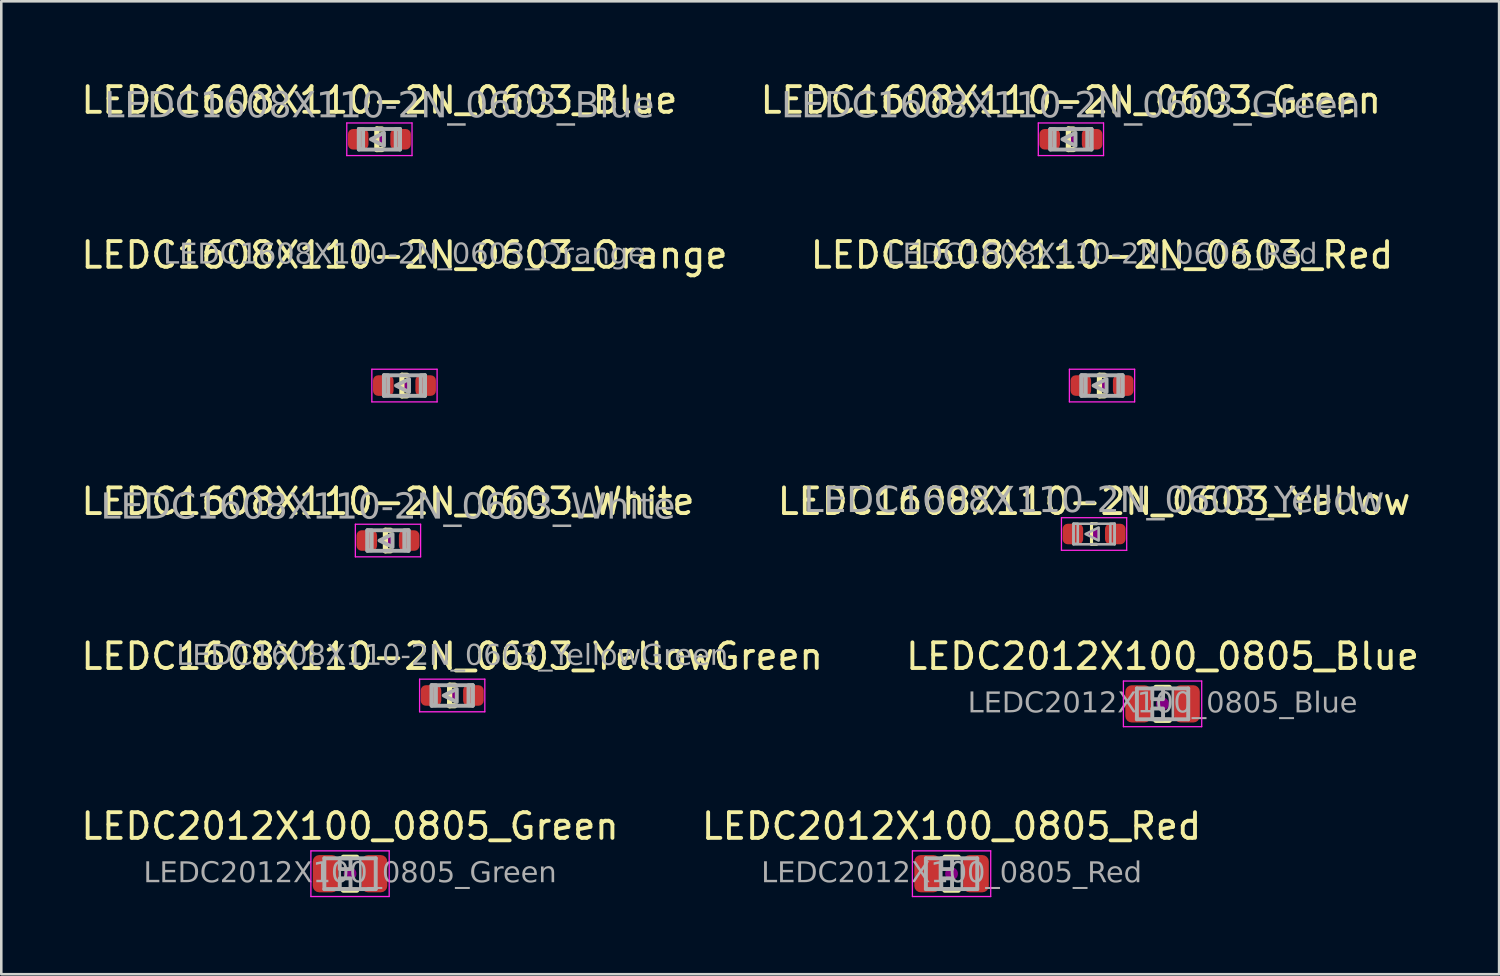
<source format=kicad_pcb>
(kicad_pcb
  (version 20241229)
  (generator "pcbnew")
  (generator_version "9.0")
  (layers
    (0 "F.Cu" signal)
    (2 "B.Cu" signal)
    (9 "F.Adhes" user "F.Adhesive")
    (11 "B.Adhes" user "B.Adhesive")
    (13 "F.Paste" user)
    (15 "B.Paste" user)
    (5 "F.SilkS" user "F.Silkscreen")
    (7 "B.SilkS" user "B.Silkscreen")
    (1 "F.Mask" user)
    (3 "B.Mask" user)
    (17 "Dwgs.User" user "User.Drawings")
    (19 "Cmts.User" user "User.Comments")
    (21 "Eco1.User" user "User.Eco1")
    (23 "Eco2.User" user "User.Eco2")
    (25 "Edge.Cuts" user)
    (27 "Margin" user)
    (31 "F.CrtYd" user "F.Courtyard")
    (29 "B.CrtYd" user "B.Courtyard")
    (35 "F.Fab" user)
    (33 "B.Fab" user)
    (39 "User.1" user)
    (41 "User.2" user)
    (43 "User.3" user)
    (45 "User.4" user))
  (footprint "LEDC1608X110-2N_0603_YellowGreen"
    (layer "F.Cu")
    (at 14.554 24.025)
    (property "Reference" "LEDC1608X110-2N_0603_YellowGreen" (at 0 -1.524 0) (layer "F.SilkS") (effects (font (size 1 1) (thickness 0.15))))
    (attr smd)
    (fp_line (start -0.1 -0.4) (end -0.1 0.4) (stroke (width 0.203) (type solid)) (layer "F.SilkS"))
    (fp_line (start -0.1 -0.4) (end 0.1 -0.4) (stroke (width 0.203) (type solid)) (layer "F.SilkS"))
    (fp_line (start -0.1 0.4) (end 0.1 0.4) (stroke (width 0.203) (type solid)) (layer "F.SilkS"))
    (fp_circle (center 0 0) (end 0.2 0) (stroke (width 0) (type solid)) (fill yes) (layer "F.Adhes"))
    (fp_line (start -1.27 -0.635) (end 1.27 -0.635) (stroke (width 0.05) (type solid)) (layer "F.CrtYd"))
    (fp_line (start -1.27 0.635) (end -1.27 -0.635) (stroke (width 0.05) (type solid)) (layer "F.CrtYd"))
    (fp_line (start 1.27 -0.635) (end 1.27 0.635) (stroke (width 0.05) (type solid)) (layer "F.CrtYd"))
    (fp_line (start 1.27 0.635) (end -1.27 0.635) (stroke (width 0.05) (type solid)) (layer "F.CrtYd"))
    (fp_line (start -0.8 -0.4) (end 0.8 -0.4) (stroke (width 0.152) (type solid)) (layer "F.Fab"))
    (fp_line (start -0.8 0.4) (end -0.8 -0.4) (stroke (width 0.152) (type solid)) (layer "F.Fab"))
    (fp_line (start 0.8 -0.4) (end 0.8 0.4) (stroke (width 0.152) (type solid)) (layer "F.Fab"))
    (fp_line (start 0.8 0.4) (end -0.8 0.4) (stroke (width 0.152) (type solid)) (layer "F.Fab"))
    (fp_rect (start -0.8 -0.4) (end -0.635 0.381) (stroke (width 0.152) (type solid)) (fill no) (layer "F.Fab"))
    (fp_rect (start 0.635 -0.4) (end 0.8 0.381) (stroke (width 0.152) (type solid)) (fill no) (layer "F.Fab"))
    (fp_poly (pts (xy 0.178 -0.254) (xy 0.178 0.254) (xy -0.33 0)) (stroke (width 0.152) (type solid)) (fill no) (layer "F.Fab"))
    (fp_text user "${REFERENCE}" (at 0 -1.524 0) (layer "F.Fab") (effects (font (face "Tahoma") (size 0.8 0.8) (thickness 0.12))))
    (pad "A" smd roundrect (at 0.825 0) (size 0.8 0.8) (layers "F.Cu" "F.Mask" "F.Paste") (roundrect_rratio 0.25))
    (pad "C" smd roundrect (at -0.825 0) (size 0.8 0.8) (layers "F.Cu" "F.Mask" "F.Paste") (roundrect_rratio 0.25)))
  (footprint "LEDC1608X110-2N_0603_Red"
    (layer "F.Cu")
    (at 39.851 11.96)
    (property "Reference" "LEDC1608X110-2N_0603_Red" (at 0 -5.08 0) (layer "F.SilkS") (effects (font (size 1 1) (thickness 0.15))))
    (attr smd)
    (fp_line (start -0.1 -0.4) (end -0.1 0.4) (stroke (width 0.203) (type solid)) (layer "F.SilkS"))
    (fp_line (start -0.1 -0.4) (end 0.1 -0.4) (stroke (width 0.203) (type solid)) (layer "F.SilkS"))
    (fp_line (start -0.1 0.4) (end 0.1 0.4) (stroke (width 0.203) (type solid)) (layer "F.SilkS"))
    (fp_circle (center 0 0) (end 0.2 0) (stroke (width 0) (type solid)) (fill yes) (layer "F.Adhes"))
    (fp_line (start -1.27 -0.635) (end 1.27 -0.635) (stroke (width 0.05) (type solid)) (layer "F.CrtYd"))
    (fp_line (start -1.27 0.635) (end -1.27 -0.635) (stroke (width 0.05) (type solid)) (layer "F.CrtYd"))
    (fp_line (start 1.27 -0.635) (end 1.27 0.635) (stroke (width 0.05) (type solid)) (layer "F.CrtYd"))
    (fp_line (start 1.27 0.635) (end -1.27 0.635) (stroke (width 0.05) (type solid)) (layer "F.CrtYd"))
    (fp_line (start -0.8 -0.4) (end 0.8 -0.4) (stroke (width 0.152) (type solid)) (layer "F.Fab"))
    (fp_line (start -0.8 0.4) (end -0.8 -0.4) (stroke (width 0.152) (type solid)) (layer "F.Fab"))
    (fp_line (start 0.8 -0.4) (end 0.8 0.4) (stroke (width 0.152) (type solid)) (layer "F.Fab"))
    (fp_line (start 0.8 0.4) (end -0.8 0.4) (stroke (width 0.152) (type solid)) (layer "F.Fab"))
    (fp_rect (start -0.8 -0.4) (end -0.635 0.381) (stroke (width 0.152) (type solid)) (fill no) (layer "F.Fab"))
    (fp_rect (start 0.635 -0.4) (end 0.8 0.381) (stroke (width 0.152) (type solid)) (fill no) (layer "F.Fab"))
    (fp_poly (pts (xy 0.178 -0.254) (xy 0.178 0.254) (xy -0.33 0)) (stroke (width 0.152) (type solid)) (fill no) (layer "F.Fab"))
    (fp_text user "${REFERENCE}" (at 0 -5.08 0) (layer "F.Fab") (effects (font (face "Tahoma") (size 0.8 0.8) (thickness 0.12))))
    (pad "A" smd roundrect (at 0.825 0) (size 0.8 0.8) (layers "F.Cu" "F.Mask" "F.Paste") (roundrect_rratio 0.25))
    (pad "C" smd roundrect (at -0.825 0) (size 0.8 0.8) (layers "F.Cu" "F.Mask" "F.Paste") (roundrect_rratio 0.25)))
  (footprint "LEDC2012X100_0805_Green"
    (layer "F.Cu")
    (at 10.577 30.963)
    (property "Reference" "LEDC2012X100_0805_Green" (at 0 -1.85 0) (layer "F.SilkS") (effects (font (size 1 1) (thickness 0.15))))
    (attr smd)
    (fp_line (start -0.261 -0.64) (end 0.261 -0.64) (stroke (width 0.203) (type solid)) (layer "F.SilkS"))
    (fp_line (start -0.261 0.64) (end 0.261 0.64) (stroke (width 0.203) (type solid)) (layer "F.SilkS"))
    (fp_circle (center 0 0) (end 0.25 0) (stroke (width 0) (type solid)) (fill yes) (layer "F.Adhes"))
    (fp_line (start -1.524 -0.889) (end 1.524 -0.889) (stroke (width 0.05) (type solid)) (layer "F.CrtYd"))
    (fp_line (start -1.524 0.889) (end -1.524 -0.889) (stroke (width 0.05) (type solid)) (layer "F.CrtYd"))
    (fp_line (start 1.524 -0.889) (end 1.524 0.889) (stroke (width 0.05) (type solid)) (layer "F.CrtYd"))
    (fp_line (start 1.524 0.889) (end -1.524 0.889) (stroke (width 0.05) (type solid)) (layer "F.CrtYd"))
    (fp_line (start -1 -0.6) (end 1 -0.6) (stroke (width 0.152) (type solid)) (layer "F.Fab"))
    (fp_line (start -1 0.6) (end -1 -0.6) (stroke (width 0.152) (type solid)) (layer "F.Fab"))
    (fp_line (start 1 -0.6) (end 1 0.6) (stroke (width 0.152) (type solid)) (layer "F.Fab"))
    (fp_line (start 1 0.6) (end -1 0.6) (stroke (width 0.152) (type solid)) (layer "F.Fab"))
    (fp_rect (start -1 -0.6) (end -0.4 0.6) (stroke (width 0.1) (type solid)) (fill no) (layer "F.Fab"))
    (fp_rect (start -0.4 -0.6) (end 0.019 -0.181) (stroke (width 0.152) (type solid)) (fill no) (layer "F.Fab"))
    (fp_rect (start -0.4 0.181) (end 0.019 0.6) (stroke (width 0.152) (type solid)) (fill no) (layer "F.Fab"))
    (fp_rect (start 0.4 -0.6) (end 1 0.6) (stroke (width 0.1) (type solid)) (fill no) (layer "F.Fab"))
    (fp_text user "${REFERENCE}" (at 0 0 0) (layer "F.Fab") (effects (font (face "Tahoma") (size 0.8 0.8) (thickness 0.12))))
    (pad "A" smd roundrect (at 0.95 0) (size 1 1.45) (layers "F.Cu" "F.Mask" "F.Paste") (roundrect_rratio 0.25))
    (pad "C" smd roundrect (at -0.95 0) (size 1 1.45) (layers "F.Cu" "F.Mask" "F.Paste") (roundrect_rratio 0.25)))
  (footprint "LEDC1608X110-2N_0603_Green"
    (layer "F.Cu")
    (at 38.637 2.372)
    (property "Reference" "LEDC1608X110-2N_0603_Green" (at 0 -1.524 0) (layer "F.SilkS") (effects (font (size 1 1) (thickness 0.15))))
    (attr smd)
    (fp_line (start -0.096 -0.4) (end -0.096 0.4) (stroke (width 0.203) (type solid)) (layer "F.SilkS"))
    (fp_line (start -0.096 -0.4) (end 0.104 -0.4) (stroke (width 0.203) (type solid)) (layer "F.SilkS"))
    (fp_line (start -0.096 0.4) (end 0.104 0.4) (stroke (width 0.203) (type solid)) (layer "F.SilkS"))
    (fp_circle (center 0.004 0) (end 0.204 0) (stroke (width 0) (type solid)) (fill yes) (layer "F.Adhes"))
    (fp_line (start -1.266 -0.635) (end 1.274 -0.635) (stroke (width 0.05) (type solid)) (layer "F.CrtYd"))
    (fp_line (start -1.266 0.635) (end -1.266 -0.635) (stroke (width 0.05) (type solid)) (layer "F.CrtYd"))
    (fp_line (start 1.274 -0.635) (end 1.274 0.635) (stroke (width 0.05) (type solid)) (layer "F.CrtYd"))
    (fp_line (start 1.274 0.635) (end -1.266 0.635) (stroke (width 0.05) (type solid)) (layer "F.CrtYd"))
    (fp_line (start -0.796 -0.4) (end 0.804 -0.4) (stroke (width 0.152) (type solid)) (layer "F.Fab"))
    (fp_line (start -0.796 0.4) (end -0.796 -0.4) (stroke (width 0.152) (type solid)) (layer "F.Fab"))
    (fp_line (start 0.804 -0.4) (end 0.804 0.4) (stroke (width 0.152) (type solid)) (layer "F.Fab"))
    (fp_line (start 0.804 0.4) (end -0.796 0.4) (stroke (width 0.152) (type solid)) (layer "F.Fab"))
    (fp_rect (start -0.796 -0.4) (end -0.631 0.381) (stroke (width 0.152) (type solid)) (fill no) (layer "F.Fab"))
    (fp_rect (start 0.639 -0.4) (end 0.804 0.381) (stroke (width 0.152) (type solid)) (fill no) (layer "F.Fab"))
    (fp_poly (pts (xy 0.182 -0.254) (xy 0.182 0.254) (xy -0.326 0)) (stroke (width 0.152) (type solid)) (fill no) (layer "F.Fab"))
    (fp_text user "${REFERENCE}" (at 0 -1.27 0) (layer "F.Fab") (effects (font (face "Tahoma") (size 1 1) (thickness 0.15))))
    (pad "A" smd roundrect (at 0.829 0) (size 0.8 0.8) (layers "F.Cu" "F.Mask" "F.Paste") (roundrect_rratio 0.25))
    (pad "C" smd roundrect (at -0.821 0) (size 0.8 0.8) (layers "F.Cu" "F.Mask" "F.Paste") (roundrect_rratio 0.25)))
  (footprint "LEDC1608X110-2N_0603_Blue"
    (layer "F.Cu")
    (at 11.72 2.372)
    (property "Reference" "LEDC1608X110-2N_0603_Blue" (at 0 -1.524 0) (layer "F.SilkS") (effects (font (size 1 1) (thickness 0.15))))
    (attr smd)
    (fp_line (start -0.1 -0.4) (end -0.1 0.4) (stroke (width 0.203) (type solid)) (layer "F.SilkS"))
    (fp_line (start -0.1 -0.4) (end 0.1 -0.4) (stroke (width 0.203) (type solid)) (layer "F.SilkS"))
    (fp_line (start -0.1 0.4) (end 0.1 0.4) (stroke (width 0.203) (type solid)) (layer "F.SilkS"))
    (fp_circle (center 0 0) (end 0.2 0) (stroke (width 0) (type solid)) (fill yes) (layer "F.Adhes"))
    (fp_line (start -1.27 -0.635) (end 1.27 -0.635) (stroke (width 0.05) (type solid)) (layer "F.CrtYd"))
    (fp_line (start -1.27 0.635) (end -1.27 -0.635) (stroke (width 0.05) (type solid)) (layer "F.CrtYd"))
    (fp_line (start 1.27 -0.635) (end 1.27 0.635) (stroke (width 0.05) (type solid)) (layer "F.CrtYd"))
    (fp_line (start 1.27 0.635) (end -1.27 0.635) (stroke (width 0.05) (type solid)) (layer "F.CrtYd"))
    (fp_line (start -0.8 -0.4) (end 0.8 -0.4) (stroke (width 0.152) (type solid)) (layer "F.Fab"))
    (fp_line (start -0.8 0.4) (end -0.8 -0.4) (stroke (width 0.152) (type solid)) (layer "F.Fab"))
    (fp_line (start 0.8 -0.4) (end 0.8 0.4) (stroke (width 0.152) (type solid)) (layer "F.Fab"))
    (fp_line (start 0.8 0.4) (end -0.8 0.4) (stroke (width 0.152) (type solid)) (layer "F.Fab"))
    (fp_rect (start -0.8 -0.4) (end -0.635 0.381) (stroke (width 0.152) (type solid)) (fill no) (layer "F.Fab"))
    (fp_rect (start 0.635 -0.4) (end 0.8 0.381) (stroke (width 0.152) (type solid)) (fill no) (layer "F.Fab"))
    (fp_poly (pts (xy 0.178 -0.254) (xy 0.178 0.254) (xy -0.33 0)) (stroke (width 0.152) (type solid)) (fill no) (layer "F.Fab"))
    (fp_text user "${REFERENCE}" (at 0 -1.27 0) (layer "F.Fab") (effects (font (face "Tahoma") (size 1 1) (thickness 0.15))))
    (pad "A" smd roundrect (at 0.825 0) (size 0.8 0.8) (layers "F.Cu" "F.Mask" "F.Paste") (roundrect_rratio 0.25))
    (pad "C" smd roundrect (at -0.825 0) (size 0.8 0.8) (layers "F.Cu" "F.Mask" "F.Paste") (roundrect_rratio 0.25)))
  (footprint "LEDC1608X110-2N_0603_Yellow"
    (layer "F.Cu")
    (at 39.542 17.739)
    (property "Reference" "LEDC1608X110-2N_0603_Yellow" (at 0 -1.27 0) (layer "F.SilkS") (effects (font (size 1 1) (thickness 0.15))))
    (attr smd)
    (fp_line (start -0.1 -0.4) (end -0.1 0.4) (stroke (width 0.12) (type solid)) (layer "F.SilkS"))
    (fp_line (start -0.1 -0.4) (end 0.1 -0.4) (stroke (width 0.12) (type solid)) (layer "F.SilkS"))
    (fp_line (start -0.1 0.4) (end 0.1 0.4) (stroke (width 0.12) (type solid)) (layer "F.SilkS"))
    (fp_circle (center 0 0) (end 0.2 0) (stroke (width 0) (type solid)) (fill yes) (layer "F.Adhes"))
    (fp_line (start -1.27 -0.635) (end 1.27 -0.635) (stroke (width 0.05) (type solid)) (layer "F.CrtYd"))
    (fp_line (start -1.27 0.635) (end -1.27 -0.635) (stroke (width 0.05) (type solid)) (layer "F.CrtYd"))
    (fp_line (start 1.27 -0.635) (end 1.27 0.635) (stroke (width 0.05) (type solid)) (layer "F.CrtYd"))
    (fp_line (start 1.27 0.635) (end -1.27 0.635) (stroke (width 0.05) (type solid)) (layer "F.CrtYd"))
    (fp_line (start -0.8 -0.4) (end 0.8 -0.4) (stroke (width 0.1) (type solid)) (layer "F.Fab"))
    (fp_line (start -0.8 0.4) (end -0.8 -0.4) (stroke (width 0.1) (type solid)) (layer "F.Fab"))
    (fp_line (start 0.8 -0.4) (end 0.8 0.4) (stroke (width 0.1) (type solid)) (layer "F.Fab"))
    (fp_line (start 0.8 0.4) (end -0.8 0.4) (stroke (width 0.1) (type solid)) (layer "F.Fab"))
    (fp_rect (start -0.8 -0.4) (end -0.635 0.381) (stroke (width 0.1) (type solid)) (fill no) (layer "F.Fab"))
    (fp_rect (start 0.635 -0.4) (end 0.8 0.381) (stroke (width 0.1) (type solid)) (fill no) (layer "F.Fab"))
    (fp_poly (pts (xy 0.178 -0.254) (xy 0.178 0.254) (xy -0.33 0)) (stroke (width 0.1) (type solid)) (fill no) (layer "F.Fab"))
    (fp_text user "${REFERENCE}" (at 0 -1.27 0) (layer "F.Fab") (effects (font (face "Tahoma") (size 1 1) (thickness 0.15))))
    (pad "A" smd roundrect (at 0.825 0) (size 0.8 0.8) (layers "F.Cu" "F.Mask" "F.Paste") (roundrect_rratio 0.25))
    (pad "C" smd roundrect (at -0.825 0) (size 0.8 0.8) (layers "F.Cu" "F.Mask" "F.Paste") (roundrect_rratio 0.25)))
  (footprint "LEDC2012X100_0805_Blue"
    (layer "F.Cu")
    (at 42.208 24.351)
    (property "Reference" "LEDC2012X100_0805_Blue" (at 0 -1.85 0) (layer "F.SilkS") (effects (font (size 1 1) (thickness 0.15))))
    (attr smd)
    (fp_line (start -0.261 -0.64) (end 0.261 -0.64) (stroke (width 0.203) (type solid)) (layer "F.SilkS"))
    (fp_line (start -0.261 0.64) (end 0.261 0.64) (stroke (width 0.203) (type solid)) (layer "F.SilkS"))
    (fp_circle (center 0 0) (end 0.25 0) (stroke (width 0) (type solid)) (fill yes) (layer "F.Adhes"))
    (fp_line (start -1.524 -0.889) (end 1.524 -0.889) (stroke (width 0.05) (type solid)) (layer "F.CrtYd"))
    (fp_line (start -1.524 0.889) (end -1.524 -0.889) (stroke (width 0.05) (type solid)) (layer "F.CrtYd"))
    (fp_line (start 1.524 -0.889) (end 1.524 0.889) (stroke (width 0.05) (type solid)) (layer "F.CrtYd"))
    (fp_line (start 1.524 0.889) (end -1.524 0.889) (stroke (width 0.05) (type solid)) (layer "F.CrtYd"))
    (fp_line (start -1 -0.6) (end 1 -0.6) (stroke (width 0.152) (type solid)) (layer "F.Fab"))
    (fp_line (start -1 0.6) (end -1 -0.6) (stroke (width 0.152) (type solid)) (layer "F.Fab"))
    (fp_line (start 1 -0.6) (end 1 0.6) (stroke (width 0.152) (type solid)) (layer "F.Fab"))
    (fp_line (start 1 0.6) (end -1 0.6) (stroke (width 0.152) (type solid)) (layer "F.Fab"))
    (fp_rect (start -1 -0.6) (end -0.4 0.6) (stroke (width 0.1) (type solid)) (fill no) (layer "F.Fab"))
    (fp_rect (start -0.4 -0.6) (end 0.019 -0.181) (stroke (width 0.152) (type solid)) (fill no) (layer "F.Fab"))
    (fp_rect (start -0.4 0.181) (end 0.019 0.6) (stroke (width 0.152) (type solid)) (fill no) (layer "F.Fab"))
    (fp_rect (start 0.4 -0.6) (end 1 0.6) (stroke (width 0.1) (type solid)) (fill no) (layer "F.Fab"))
    (fp_text user "${REFERENCE}" (at 0 0 0) (layer "F.Fab") (effects (font (face "Tahoma") (size 0.8 0.8) (thickness 0.12))))
    (pad "A" smd roundrect (at 0.95 0) (size 1 1.45) (layers "F.Cu" "F.Mask" "F.Paste") (roundrect_rratio 0.25))
    (pad "C" smd roundrect (at -0.95 0) (size 1 1.45) (layers "F.Cu" "F.Mask" "F.Paste") (roundrect_rratio 0.25)))
  (footprint "LEDC1608X110-2N_0603_Orange"
    (layer "F.Cu")
    (at 12.696 11.96)
    (property "Reference" "LEDC1608X110-2N_0603_Orange" (at 0 -5.08 0) (layer "F.SilkS") (effects (font (size 1 1) (thickness 0.15))))
    (attr smd)
    (fp_line (start -0.1 -0.4) (end -0.1 0.4) (stroke (width 0.203) (type solid)) (layer "F.SilkS"))
    (fp_line (start -0.1 -0.4) (end 0.1 -0.4) (stroke (width 0.203) (type solid)) (layer "F.SilkS"))
    (fp_line (start -0.1 0.4) (end 0.1 0.4) (stroke (width 0.203) (type solid)) (layer "F.SilkS"))
    (fp_circle (center 0 0) (end 0.2 0) (stroke (width 0) (type solid)) (fill yes) (layer "F.Adhes"))
    (fp_line (start -1.27 -0.635) (end 1.27 -0.635) (stroke (width 0.05) (type solid)) (layer "F.CrtYd"))
    (fp_line (start -1.27 0.635) (end -1.27 -0.635) (stroke (width 0.05) (type solid)) (layer "F.CrtYd"))
    (fp_line (start 1.27 -0.635) (end 1.27 0.635) (stroke (width 0.05) (type solid)) (layer "F.CrtYd"))
    (fp_line (start 1.27 0.635) (end -1.27 0.635) (stroke (width 0.05) (type solid)) (layer "F.CrtYd"))
    (fp_line (start -0.8 -0.4) (end 0.8 -0.4) (stroke (width 0.152) (type solid)) (layer "F.Fab"))
    (fp_line (start -0.8 0.4) (end -0.8 -0.4) (stroke (width 0.152) (type solid)) (layer "F.Fab"))
    (fp_line (start 0.8 -0.4) (end 0.8 0.4) (stroke (width 0.152) (type solid)) (layer "F.Fab"))
    (fp_line (start 0.8 0.4) (end -0.8 0.4) (stroke (width 0.152) (type solid)) (layer "F.Fab"))
    (fp_rect (start -0.8 -0.4) (end -0.635 0.381) (stroke (width 0.152) (type solid)) (fill no) (layer "F.Fab"))
    (fp_rect (start 0.635 -0.4) (end 0.8 0.381) (stroke (width 0.152) (type solid)) (fill no) (layer "F.Fab"))
    (fp_poly (pts (xy 0.178 -0.254) (xy 0.178 0.254) (xy -0.33 0)) (stroke (width 0.152) (type solid)) (fill no) (layer "F.Fab"))
    (fp_text user "${REFERENCE}" (at 0 -5.08 0) (layer "F.Fab") (effects (font (face "Tahoma") (size 0.8 0.8) (thickness 0.12))))
    (pad "A" smd roundrect (at 0.825 0) (size 0.8 0.8) (layers "F.Cu" "F.Mask" "F.Paste") (roundrect_rratio 0.25))
    (pad "C" smd roundrect (at -0.825 0) (size 0.8 0.8) (layers "F.Cu" "F.Mask" "F.Paste") (roundrect_rratio 0.25)))
  (footprint "LEDC2012X100_0805_Red"
    (layer "F.Cu")
    (at 33.994 30.963)
    (property "Reference" "LEDC2012X100_0805_Red" (at 0 -1.85 0) (layer "F.SilkS") (effects (font (size 1 1) (thickness 0.15))))
    (attr smd)
    (fp_line (start -0.261 -0.64) (end 0.261 -0.64) (stroke (width 0.203) (type solid)) (layer "F.SilkS"))
    (fp_line (start -0.261 0.64) (end 0.261 0.64) (stroke (width 0.203) (type solid)) (layer "F.SilkS"))
    (fp_circle (center 0 0) (end 0.25 0) (stroke (width 0) (type solid)) (fill yes) (layer "F.Adhes"))
    (fp_line (start -1.524 -0.889) (end 1.524 -0.889) (stroke (width 0.05) (type solid)) (layer "F.CrtYd"))
    (fp_line (start -1.524 0.889) (end -1.524 -0.889) (stroke (width 0.05) (type solid)) (layer "F.CrtYd"))
    (fp_line (start 1.524 -0.889) (end 1.524 0.889) (stroke (width 0.05) (type solid)) (layer "F.CrtYd"))
    (fp_line (start 1.524 0.889) (end -1.524 0.889) (stroke (width 0.05) (type solid)) (layer "F.CrtYd"))
    (fp_line (start -1 -0.6) (end 1 -0.6) (stroke (width 0.152) (type solid)) (layer "F.Fab"))
    (fp_line (start -1 0.6) (end -1 -0.6) (stroke (width 0.152) (type solid)) (layer "F.Fab"))
    (fp_line (start 1 -0.6) (end 1 0.6) (stroke (width 0.152) (type solid)) (layer "F.Fab"))
    (fp_line (start 1 0.6) (end -1 0.6) (stroke (width 0.152) (type solid)) (layer "F.Fab"))
    (fp_rect (start -1 -0.6) (end -0.4 0.6) (stroke (width 0.1) (type solid)) (fill no) (layer "F.Fab"))
    (fp_rect (start -0.4 -0.6) (end 0.019 -0.181) (stroke (width 0.152) (type solid)) (fill no) (layer "F.Fab"))
    (fp_rect (start -0.4 0.181) (end 0.019 0.6) (stroke (width 0.152) (type solid)) (fill no) (layer "F.Fab"))
    (fp_rect (start 0.4 -0.6) (end 1 0.6) (stroke (width 0.1) (type solid)) (fill no) (layer "F.Fab"))
    (fp_text user "${REFERENCE}" (at 0 0 0) (layer "F.Fab") (effects (font (face "Tahoma") (size 0.8 0.8) (thickness 0.12))))
    (pad "A" smd roundrect (at 0.95 0) (size 1 1.45) (layers "F.Cu" "F.Mask" "F.Paste") (roundrect_rratio 0.25))
    (pad "C" smd roundrect (at -0.95 0) (size 1 1.45) (layers "F.Cu" "F.Mask" "F.Paste") (roundrect_rratio 0.25)))
  (footprint "LEDC1608X110-2N_0603_White"
    (layer "F.Cu")
    (at 12.054 17.993)
    (property "Reference" "LEDC1608X110-2N_0603_White" (at 0 -1.524 0) (layer "F.SilkS") (effects (font (size 1 1) (thickness 0.15))))
    (attr smd)
    (fp_line (start -0.1 -0.4) (end -0.1 0.4) (stroke (width 0.203) (type solid)) (layer "F.SilkS"))
    (fp_line (start -0.1 -0.4) (end 0.1 -0.4) (stroke (width 0.203) (type solid)) (layer "F.SilkS"))
    (fp_line (start -0.1 0.4) (end 0.1 0.4) (stroke (width 0.203) (type solid)) (layer "F.SilkS"))
    (fp_circle (center 0 0) (end 0.2 0) (stroke (width 0) (type solid)) (fill yes) (layer "F.Adhes"))
    (fp_line (start -1.27 -0.635) (end 1.27 -0.635) (stroke (width 0.05) (type solid)) (layer "F.CrtYd"))
    (fp_line (start -1.27 0.635) (end -1.27 -0.635) (stroke (width 0.05) (type solid)) (layer "F.CrtYd"))
    (fp_line (start 1.27 -0.635) (end 1.27 0.635) (stroke (width 0.05) (type solid)) (layer "F.CrtYd"))
    (fp_line (start 1.27 0.635) (end -1.27 0.635) (stroke (width 0.05) (type solid)) (layer "F.CrtYd"))
    (fp_line (start -0.8 -0.4) (end 0.8 -0.4) (stroke (width 0.152) (type solid)) (layer "F.Fab"))
    (fp_line (start -0.8 0.4) (end -0.8 -0.4) (stroke (width 0.152) (type solid)) (layer "F.Fab"))
    (fp_line (start 0.8 -0.4) (end 0.8 0.4) (stroke (width 0.152) (type solid)) (layer "F.Fab"))
    (fp_line (start 0.8 0.4) (end -0.8 0.4) (stroke (width 0.152) (type solid)) (layer "F.Fab"))
    (fp_rect (start -0.8 -0.4) (end -0.635 0.381) (stroke (width 0.152) (type solid)) (fill no) (layer "F.Fab"))
    (fp_rect (start 0.635 -0.4) (end 0.8 0.381) (stroke (width 0.152) (type solid)) (fill no) (layer "F.Fab"))
    (fp_poly (pts (xy 0.178 -0.254) (xy 0.178 0.254) (xy -0.33 0)) (stroke (width 0.152) (type solid)) (fill no) (layer "F.Fab"))
    (fp_text user "${REFERENCE}" (at 0 -1.27 0) (layer "F.Fab") (effects (font (face "Tahoma") (size 1 1) (thickness 0.15))))
    (pad "A" smd roundrect (at 0.825 0) (size 0.8 0.8) (layers "F.Cu" "F.Mask" "F.Paste") (roundrect_rratio 0.25))
    (pad "C" smd roundrect (at -0.825 0) (size 0.8 0.8) (layers "F.Cu" "F.Mask" "F.Paste") (roundrect_rratio 0.25)))
  (gr_rect
    (start -3 -3)
    (end 55.31 34.877)
    (stroke (width 0.1) (type default))
    (fill no)
    (layer "Edge.Cuts")))
</source>
